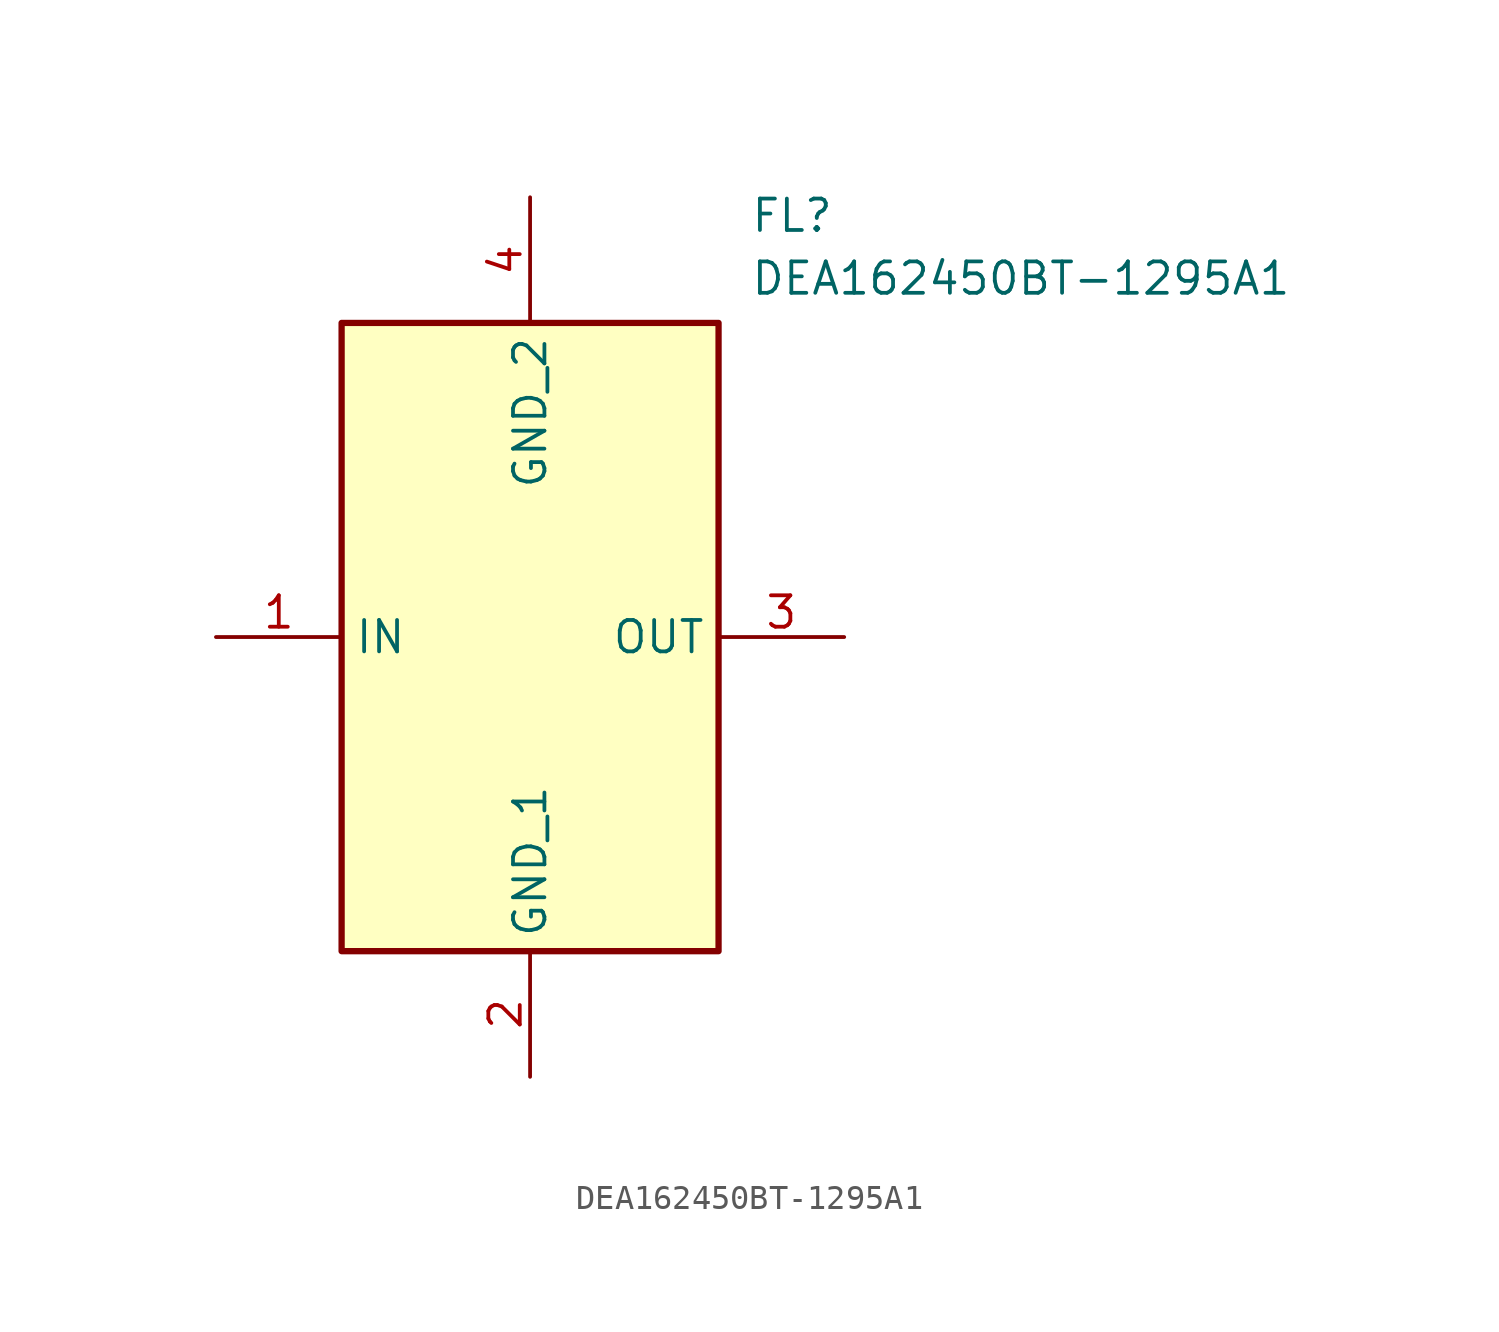
<source format=kicad_sym>
(kicad_symbol_lib
  (version 20211014)
  (generator SamacSys_ECAD_Model)
  (symbol "DEA162450BT-1295A1"
    (property "Reference" "FL"
      (at 21.59 17.78 0)
      (effects (font (size 1.27 1.27)) (justify left top)))
    (property "Value" "DEA162450BT-1295A1"
      (at 21.59 15.24 0)
      (effects (font (size 1.27 1.27)) (justify left top)))
    (rectangle
      (start 5.08 12.7)
      (end 20.32 -12.7)
      (stroke (width 0.254) (type default))
      (fill (type background)))
    (pin passive line
      (at 0 0 0)
      (length 5.08)
      (name "IN" (effects (font (size 1.27 1.27))))
      (number "1" (effects (font (size 1.27 1.27)))))
    (pin passive line
      (at 12.7 -17.78 90)
      (length 5.08)
      (name "GND_1" (effects (font (size 1.27 1.27))))
      (number "2" (effects (font (size 1.27 1.27)))))
    (pin passive line
      (at 25.4 0 180)
      (length 5.08)
      (name "OUT" (effects (font (size 1.27 1.27))))
      (number "3" (effects (font (size 1.27 1.27)))))
    (pin passive line
      (at 12.7 17.78 270)
      (length 5.08)
      (name "GND_2" (effects (font (size 1.27 1.27))))
      (number "4" (effects (font (size 1.27 1.27)))))))
</source>
